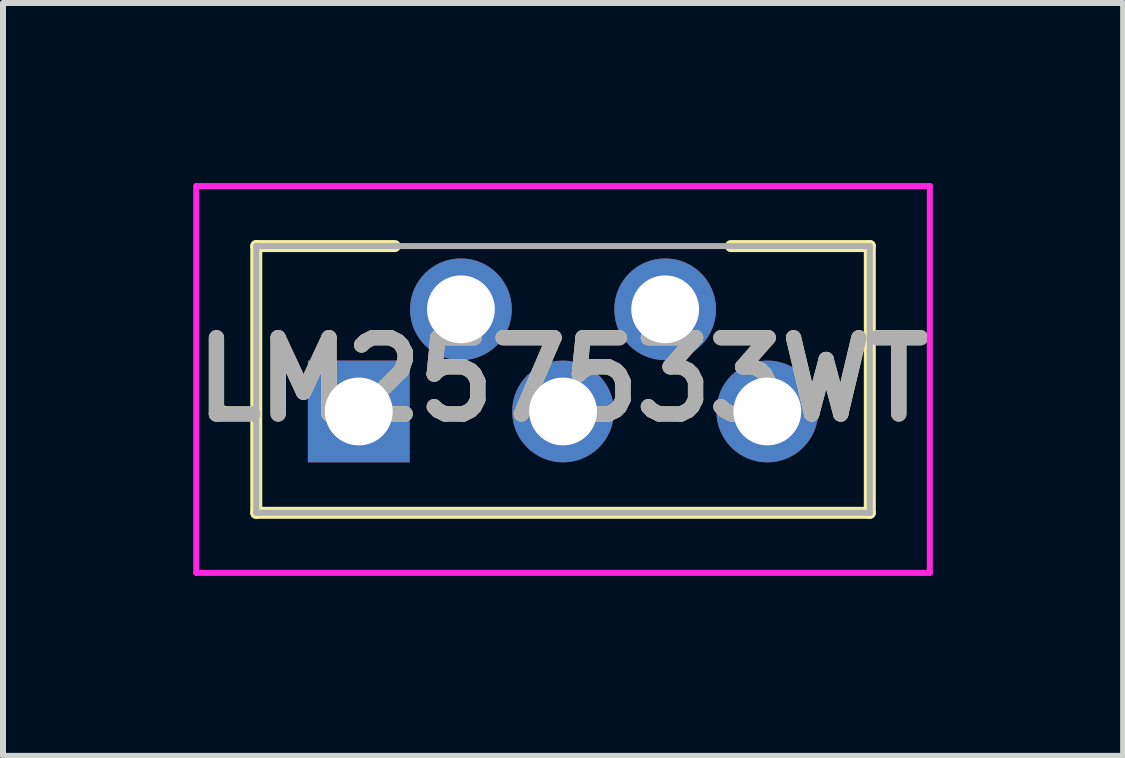
<source format=kicad_pcb>
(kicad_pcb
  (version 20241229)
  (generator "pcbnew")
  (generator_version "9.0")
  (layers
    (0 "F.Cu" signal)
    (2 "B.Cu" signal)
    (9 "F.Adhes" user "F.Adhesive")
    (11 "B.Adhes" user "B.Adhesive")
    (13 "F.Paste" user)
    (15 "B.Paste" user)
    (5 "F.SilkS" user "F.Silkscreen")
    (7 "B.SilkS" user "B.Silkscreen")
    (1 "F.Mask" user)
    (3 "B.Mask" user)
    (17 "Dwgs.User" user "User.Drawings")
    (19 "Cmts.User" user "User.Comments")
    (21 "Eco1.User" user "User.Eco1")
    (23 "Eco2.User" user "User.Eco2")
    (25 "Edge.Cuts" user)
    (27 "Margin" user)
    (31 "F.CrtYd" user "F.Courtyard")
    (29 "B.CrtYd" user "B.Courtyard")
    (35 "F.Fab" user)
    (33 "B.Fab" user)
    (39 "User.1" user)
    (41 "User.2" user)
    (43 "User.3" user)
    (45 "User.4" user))
  (footprint "LM257533WT"
    (layer "F.Cu")
    (at 2.928 3.806)
    (property "Reference" "LM257533WT" (at 3.404 -0.533 0) (layer "F.SilkS") (effects (font (size 1.27 1.27) (thickness 0.254))))
    (attr through_hole)
    (fp_line (start -2.3 0) (end -2.3 0) (stroke (width 0.1) (type solid)) (layer "F.SilkS"))
    (fp_line (start -2.2 0) (end -2.2 0) (stroke (width 0.1) (type solid)) (layer "F.SilkS"))
    (fp_line (start -1.708 -2.756) (end -1.708 1.689) (stroke (width 0.2) (type solid)) (layer "F.SilkS"))
    (fp_line (start -1.708 1.689) (end 8.515 1.689) (stroke (width 0.2) (type solid)) (layer "F.SilkS"))
    (fp_line (start 0.6 -2.756) (end -1.708 -2.756) (stroke (width 0.2) (type solid)) (layer "F.SilkS"))
    (fp_line (start 8.515 -2.756) (end 6.2 -2.756) (stroke (width 0.2) (type solid)) (layer "F.SilkS"))
    (fp_line (start 8.515 1.689) (end 8.515 -2.756) (stroke (width 0.2) (type solid)) (layer "F.SilkS"))
    (fp_arc (start -2.3 0) (mid -2.25 -0.05) (end -2.2 0) (stroke (width 0.1) (type solid)) (layer "F.SilkS"))
    (fp_arc (start -2.2 0) (mid -2.25 0.05) (end -2.3 0) (stroke (width 0.1) (type solid)) (layer "F.SilkS"))
    (fp_line (start -2.708 -3.756) (end 9.515 -3.756) (stroke (width 0.1) (type solid)) (layer "F.CrtYd"))
    (fp_line (start -2.708 2.689) (end -2.708 -3.756) (stroke (width 0.1) (type solid)) (layer "F.CrtYd"))
    (fp_line (start 9.515 -3.756) (end 9.515 2.689) (stroke (width 0.1) (type solid)) (layer "F.CrtYd"))
    (fp_line (start 9.515 2.689) (end -2.708 2.689) (stroke (width 0.1) (type solid)) (layer "F.CrtYd"))
    (fp_line (start -1.708 -2.756) (end 8.515 -2.756) (stroke (width 0.1) (type solid)) (layer "F.Fab"))
    (fp_line (start -1.708 1.689) (end -1.708 -2.756) (stroke (width 0.1) (type solid)) (layer "F.Fab"))
    (fp_line (start 8.515 -2.756) (end 8.515 1.689) (stroke (width 0.1) (type solid)) (layer "F.Fab"))
    (fp_line (start 8.515 1.689) (end -1.708 1.689) (stroke (width 0.1) (type solid)) (layer "F.Fab"))
    (fp_text user "${REFERENCE}" (at 3.404 -0.533 0) (layer "F.Fab") (effects (font (size 1.27 1.27) (thickness 0.254))))
    (pad "1" thru_hole rect (at 0 0) (size 1.695 1.695) (drill 1.13) (layers "*.Cu" "*.Mask"))
    (pad "2" thru_hole circle (at 1.702 -1.702) (size 1.695 1.695) (drill 1.13) (layers "*.Cu" "*.Mask"))
    (pad "3" thru_hole circle (at 3.404 0) (size 1.695 1.695) (drill 1.13) (layers "*.Cu" "*.Mask"))
    (pad "4" thru_hole circle (at 5.105 -1.702) (size 1.695 1.695) (drill 1.13) (layers "*.Cu" "*.Mask"))
    (pad "5" thru_hole circle (at 6.807 0) (size 1.695 1.695) (drill 1.13) (layers "*.Cu" "*.Mask")))
  (gr_rect
    (start -3 -3)
    (end 15.664 9.545)
    (stroke (width 0.1) (type default))
    (fill no)
    (layer "Edge.Cuts")))
</source>
